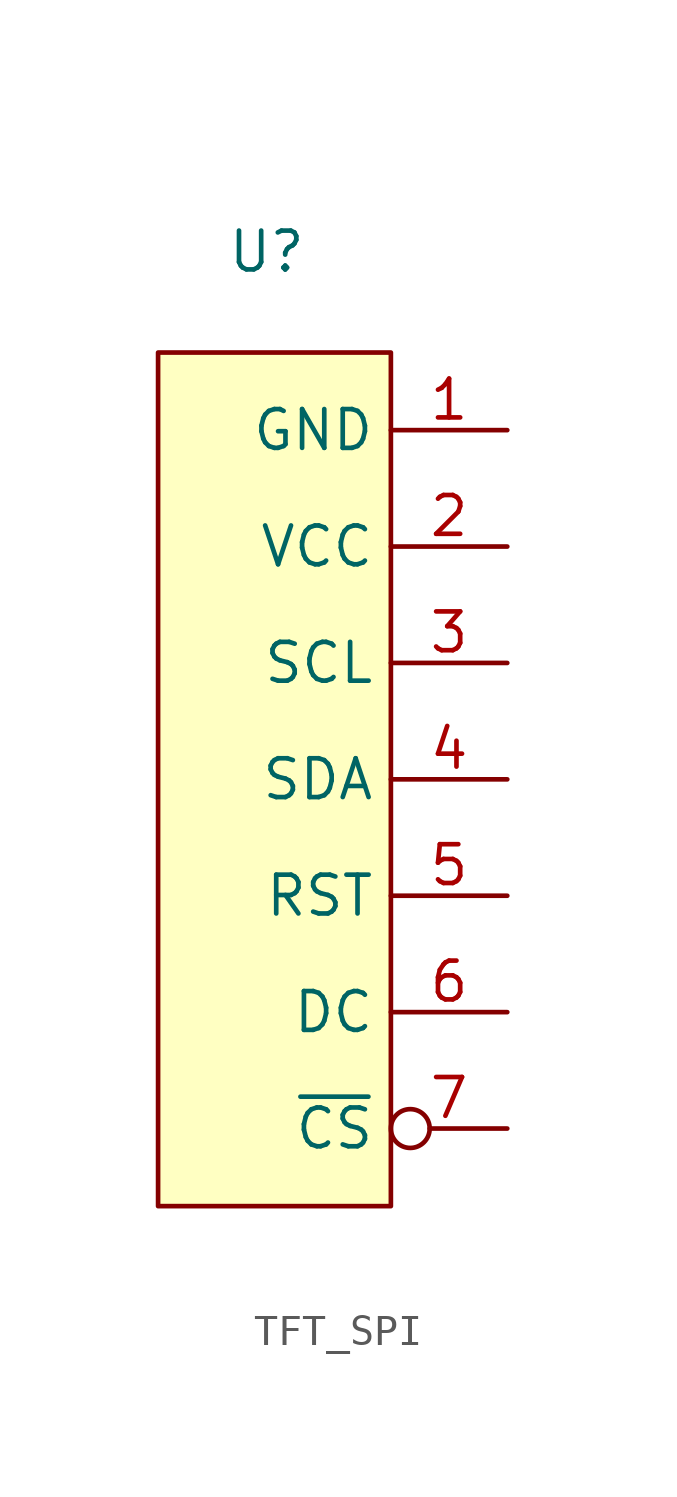
<source format=kicad_sym>
(kicad_symbol_lib
  (version 20241209)
  (generator "kicad_symbol_editor")
  (generator_version "9.0")
  (symbol "TFT_SPI"
    (property "Reference" "U"
      (at -1.524 13.462 0)
      (effects (font (size 1.27 1.27))))
    (property "Value" ""
      (at 0 0 0)
      (effects (font (size 1.27 1.27))))
    (symbol "TFT_SPI_1_1"
      (rectangle (start -5.08 10.16) (end 2.54 -17.78) (stroke (width 0) (type solid)) (fill (type background)))
      (pin power_in line (at 6.35 7.62 180) (length 3.81) (name "GND" (effects (font (size 1.27 1.27)))) (number "1" (effects (font (size 1.27 1.27)))))
      (pin power_in line (at 6.35 3.81 180) (length 3.81) (name "VCC" (effects (font (size 1.27 1.27)))) (number "2" (effects (font (size 1.27 1.27)))))
      (pin input line (at 6.35 0 180) (length 3.81) (name "SCL" (effects (font (size 1.27 1.27)))) (number "3" (effects (font (size 1.27 1.27)))))
      (pin input line (at 6.35 -3.81 180) (length 3.81) (name "SDA" (effects (font (size 1.27 1.27)))) (number "4" (effects (font (size 1.27 1.27)))))
      (pin input line (at 6.35 -7.62 180) (length 3.81) (name "RST" (effects (font (size 1.27 1.27)))) (number "5" (effects (font (size 1.27 1.27)))))
      (pin input line (at 6.35 -11.43 180) (length 3.81) (name "DC" (effects (font (size 1.27 1.27)))) (number "6" (effects (font (size 1.27 1.27)))))
      (pin input inverted (at 6.35 -15.24 180) (length 3.81) (name "~{CS}" (effects (font (size 1.27 1.27)))) (number "7" (effects (font (size 1.27 1.27))))))))
</source>
